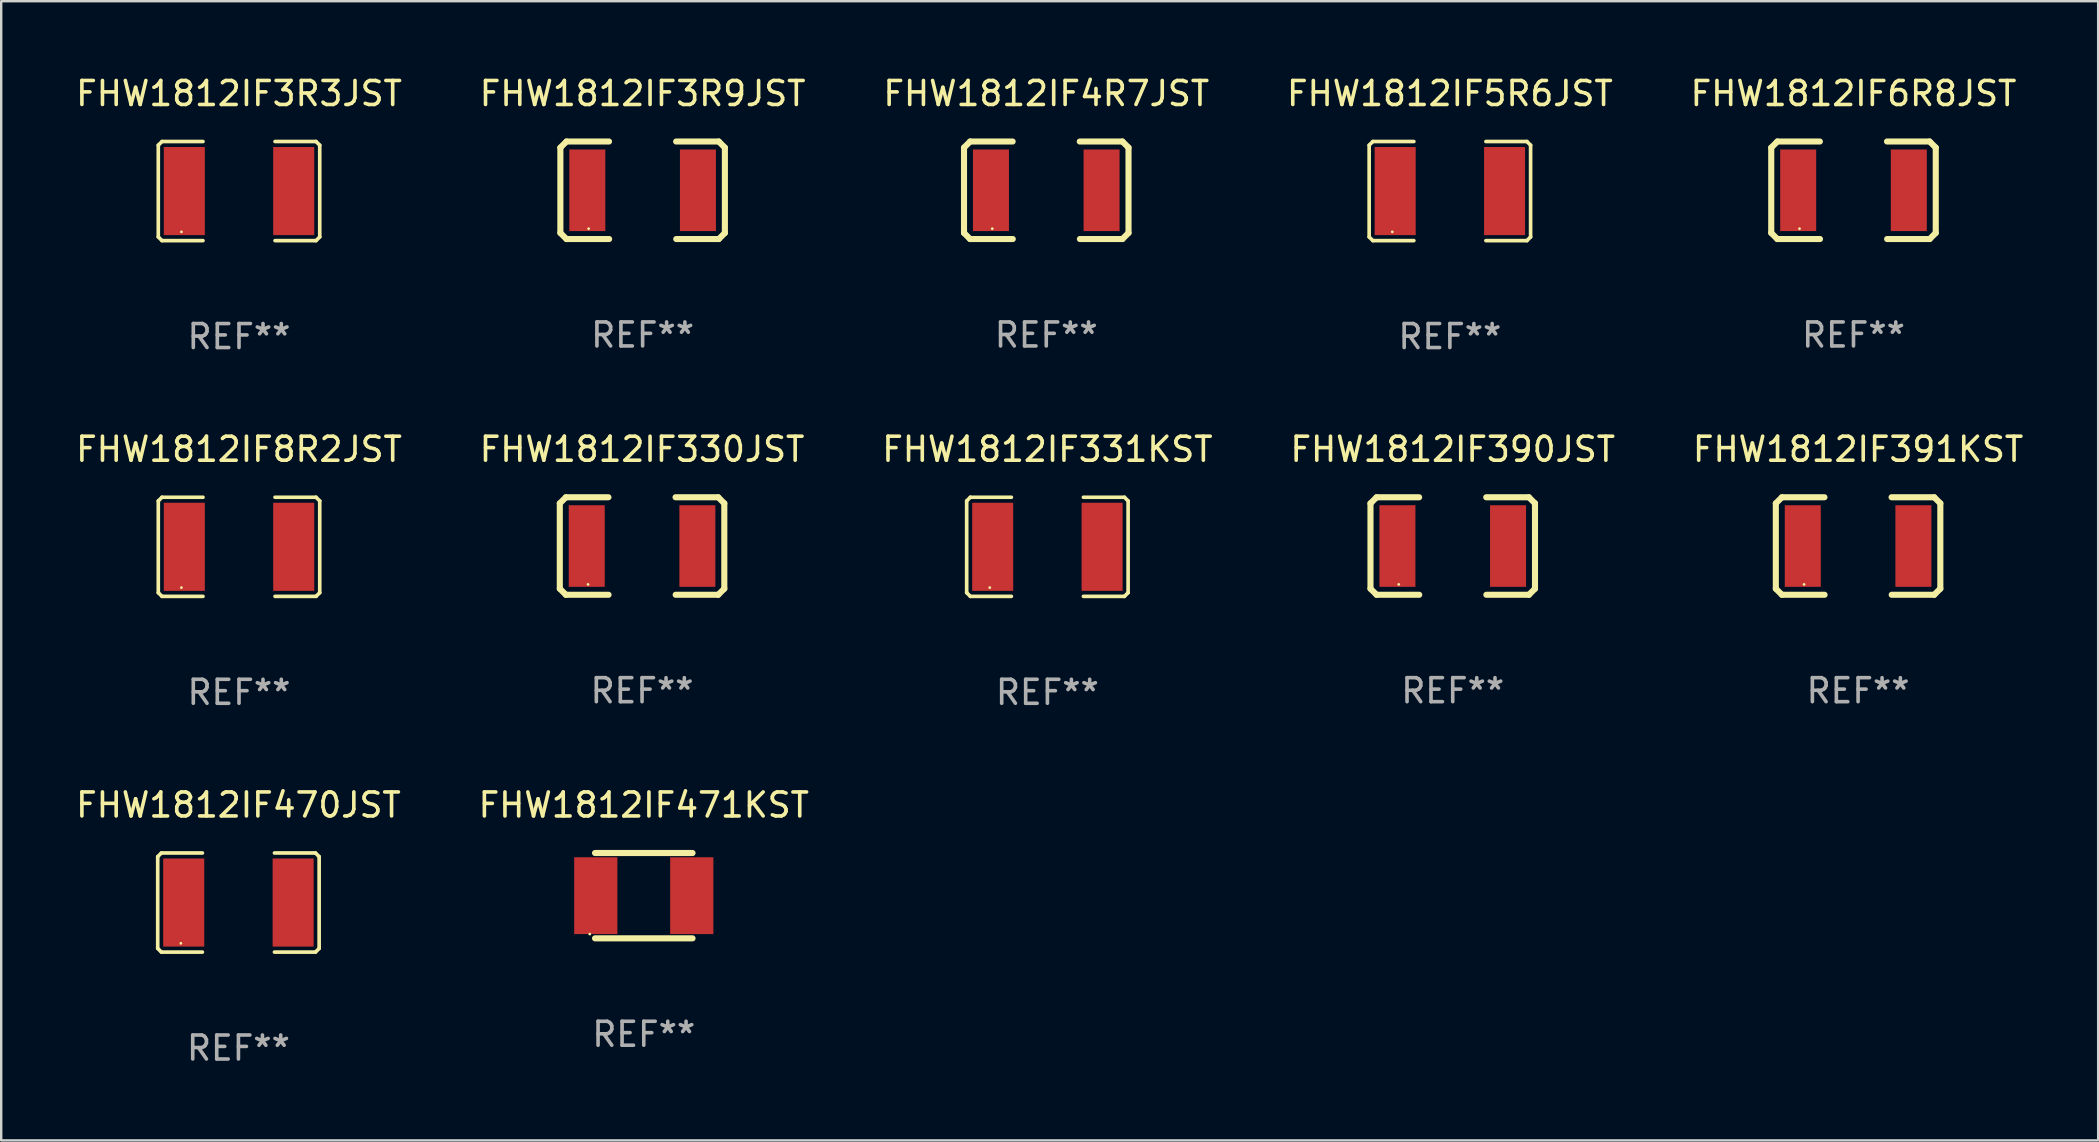
<source format=kicad_pcb>
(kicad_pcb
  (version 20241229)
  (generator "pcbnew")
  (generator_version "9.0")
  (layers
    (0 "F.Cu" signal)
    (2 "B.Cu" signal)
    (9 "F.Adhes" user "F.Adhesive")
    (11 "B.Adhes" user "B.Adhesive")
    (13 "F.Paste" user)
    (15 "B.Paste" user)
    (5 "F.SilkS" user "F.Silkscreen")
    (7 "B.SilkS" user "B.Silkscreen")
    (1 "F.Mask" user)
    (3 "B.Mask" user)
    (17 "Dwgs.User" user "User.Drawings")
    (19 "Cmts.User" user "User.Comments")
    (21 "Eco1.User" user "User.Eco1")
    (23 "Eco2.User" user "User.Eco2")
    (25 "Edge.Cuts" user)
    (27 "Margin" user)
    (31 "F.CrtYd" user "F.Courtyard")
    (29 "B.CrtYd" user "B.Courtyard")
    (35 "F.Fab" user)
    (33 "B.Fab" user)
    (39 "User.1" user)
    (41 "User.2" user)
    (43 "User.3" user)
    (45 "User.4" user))
  (footprint "FHW1812IF471KST"
    (layer "F.Cu")
    (at 23.78 34.278)
    (property "Reference" "FHW1812IF471KST" (at 0 -3.778 0) (layer "F.SilkS") (effects (font (size 1 1) (thickness 0.15))))
    (attr through_hole)
    (fp_line (start -2.032 -1.778) (end 2.032 -1.778) (stroke (width 0.254) (type solid)) (layer "F.SilkS"))
    (fp_line (start 2.032 1.778) (end -2.032 1.778) (stroke (width 0.254) (type solid)) (layer "F.SilkS"))
    (fp_circle (center -2.25 1.6) (end -2.22 1.6) (stroke (width 0.06) (type solid)) (fill no) (layer "F.SilkS"))
    (fp_text user "REF**" (at 0 5.778 0) (layer "F.Fab") (effects (font (size 1 1) (thickness 0.15))))
    (pad "1" smd rect (at -2 0) (size 1.8 3.2) (layers "F.Cu" "F.Mask" "F.Paste"))
    (pad "2" smd rect (at 2 0) (size 1.8 3.2) (layers "F.Cu" "F.Mask" "F.Paste")))
  (footprint "FHW1812IF3R9JST"
    (layer "F.Cu")
    (at 23.732 4.88)
    (property "Reference" "FHW1812IF3R9JST" (at 0 -4.032 0) (layer "F.SilkS") (effects (font (size 1 1) (thickness 0.15))))
    (attr through_hole)
    (fp_line (start -3.428 -1.778) (end -3.174 -2.032) (stroke (width 0.254) (type solid)) (layer "F.SilkS"))
    (fp_line (start -3.428 1.778) (end -3.428 -1.778) (stroke (width 0.254) (type solid)) (layer "F.SilkS"))
    (fp_line (start -3.174 -2.032) (end -1.401 -2.032) (stroke (width 0.254) (type solid)) (layer "F.SilkS"))
    (fp_line (start -3.174 2.032) (end -3.428 1.778) (stroke (width 0.254) (type solid)) (layer "F.SilkS"))
    (fp_line (start -1.396 2.032) (end -3.174 2.032) (stroke (width 0.254) (type solid)) (layer "F.SilkS"))
    (fp_line (start 1.396 -2.032) (end 3.174 -2.032) (stroke (width 0.254) (type solid)) (layer "F.SilkS"))
    (fp_line (start 3.174 -2.032) (end 3.428 -1.778) (stroke (width 0.254) (type solid)) (layer "F.SilkS"))
    (fp_line (start 3.174 2.032) (end 1.401 2.032) (stroke (width 0.254) (type solid)) (layer "F.SilkS"))
    (fp_line (start 3.428 -1.778) (end 3.428 1.778) (stroke (width 0.254) (type solid)) (layer "F.SilkS"))
    (fp_line (start 3.428 1.778) (end 3.174 2.032) (stroke (width 0.254) (type solid)) (layer "F.SilkS"))
    (fp_circle (center -2.25 1.6) (end -2.22 1.6) (stroke (width 0.06) (type solid)) (fill no) (layer "F.SilkS"))
    (fp_text user "REF**" (at 0 6.032 0) (layer "F.Fab") (effects (font (size 1 1) (thickness 0.15))))
    (pad "1" smd rect (at -2.305 0) (size 1.5 3.4) (layers "F.Cu" "F.Mask" "F.Paste"))
    (pad "2" smd rect (at 2.305 0) (size 1.5 3.4) (layers "F.Cu" "F.Mask" "F.Paste")))
  (footprint "FHW1812IF470JST"
    (layer "F.Cu")
    (at 6.887 34.564)
    (property "Reference" "FHW1812IF470JST" (at 0 -4.065 0) (layer "F.SilkS") (effects (font (size 1 1) (thickness 0.15))))
    (attr through_hole)
    (fp_line (start -3.364 -1.912) (end -3.364 1.912) (stroke (width 0.152) (type solid)) (layer "F.SilkS"))
    (fp_line (start -3.364 1.912) (end -3.211 2.065) (stroke (width 0.152) (type solid)) (layer "F.SilkS"))
    (fp_line (start -3.211 -2.065) (end -3.364 -1.912) (stroke (width 0.152) (type solid)) (layer "F.SilkS"))
    (fp_line (start -3.211 2.065) (end -1.501 2.065) (stroke (width 0.152) (type solid)) (layer "F.SilkS"))
    (fp_line (start -1.501 -2.065) (end -3.211 -2.065) (stroke (width 0.152) (type solid)) (layer "F.SilkS"))
    (fp_line (start 1.501 -2.065) (end 3.211 -2.065) (stroke (width 0.152) (type solid)) (layer "F.SilkS"))
    (fp_line (start 3.211 -2.065) (end 3.364 -1.912) (stroke (width 0.152) (type solid)) (layer "F.SilkS"))
    (fp_line (start 3.211 2.065) (end 1.501 2.065) (stroke (width 0.152) (type solid)) (layer "F.SilkS"))
    (fp_line (start 3.364 -1.912) (end 3.364 1.912) (stroke (width 0.152) (type solid)) (layer "F.SilkS"))
    (fp_line (start 3.364 1.912) (end 3.211 2.065) (stroke (width 0.152) (type solid)) (layer "F.SilkS"))
    (fp_circle (center -2.4 1.7) (end -2.37 1.7) (stroke (width 0.06) (type solid)) (fill no) (layer "F.SilkS"))
    (fp_text user "REF**" (at 0 6.065 0) (layer "F.Fab") (effects (font (size 1 1) (thickness 0.15))))
    (pad "1" smd rect (at -2.28 0) (size 1.71 3.672) (layers "F.Cu" "F.Mask" "F.Paste"))
    (pad "2" smd rect (at 2.28 0) (size 1.71 3.672) (layers "F.Cu" "F.Mask" "F.Paste")))
  (footprint "FHW1812IF390JST"
    (layer "F.Cu")
    (at 57.494 19.706)
    (property "Reference" "FHW1812IF390JST" (at 0 -4.032 0) (layer "F.SilkS") (effects (font (size 1 1) (thickness 0.15))))
    (attr through_hole)
    (fp_line (start -3.428 -1.778) (end -3.174 -2.032) (stroke (width 0.254) (type solid)) (layer "F.SilkS"))
    (fp_line (start -3.428 1.778) (end -3.428 -1.778) (stroke (width 0.254) (type solid)) (layer "F.SilkS"))
    (fp_line (start -3.174 -2.032) (end -1.401 -2.032) (stroke (width 0.254) (type solid)) (layer "F.SilkS"))
    (fp_line (start -3.174 2.032) (end -3.428 1.778) (stroke (width 0.254) (type solid)) (layer "F.SilkS"))
    (fp_line (start -1.396 2.032) (end -3.174 2.032) (stroke (width 0.254) (type solid)) (layer "F.SilkS"))
    (fp_line (start 1.396 -2.032) (end 3.174 -2.032) (stroke (width 0.254) (type solid)) (layer "F.SilkS"))
    (fp_line (start 3.174 -2.032) (end 3.428 -1.778) (stroke (width 0.254) (type solid)) (layer "F.SilkS"))
    (fp_line (start 3.174 2.032) (end 1.401 2.032) (stroke (width 0.254) (type solid)) (layer "F.SilkS"))
    (fp_line (start 3.428 -1.778) (end 3.428 1.778) (stroke (width 0.254) (type solid)) (layer "F.SilkS"))
    (fp_line (start 3.428 1.778) (end 3.174 2.032) (stroke (width 0.254) (type solid)) (layer "F.SilkS"))
    (fp_circle (center -2.25 1.6) (end -2.22 1.6) (stroke (width 0.06) (type solid)) (fill no) (layer "F.SilkS"))
    (fp_text user "REF**" (at 0 6.032 0) (layer "F.Fab") (effects (font (size 1 1) (thickness 0.15))))
    (pad "1" smd rect (at -2.305 0) (size 1.5 3.4) (layers "F.Cu" "F.Mask" "F.Paste"))
    (pad "2" smd rect (at 2.305 0) (size 1.5 3.4) (layers "F.Cu" "F.Mask" "F.Paste")))
  (footprint "FHW1812IF331KST"
    (layer "F.Cu")
    (at 40.601 19.739)
    (property "Reference" "FHW1812IF331KST" (at 0 -4.065 0) (layer "F.SilkS") (effects (font (size 1 1) (thickness 0.15))))
    (attr through_hole)
    (fp_line (start -3.364 -1.912) (end -3.364 1.912) (stroke (width 0.152) (type solid)) (layer "F.SilkS"))
    (fp_line (start -3.364 1.912) (end -3.211 2.065) (stroke (width 0.152) (type solid)) (layer "F.SilkS"))
    (fp_line (start -3.211 -2.065) (end -3.364 -1.912) (stroke (width 0.152) (type solid)) (layer "F.SilkS"))
    (fp_line (start -3.211 2.065) (end -1.501 2.065) (stroke (width 0.152) (type solid)) (layer "F.SilkS"))
    (fp_line (start -1.501 -2.065) (end -3.211 -2.065) (stroke (width 0.152) (type solid)) (layer "F.SilkS"))
    (fp_line (start 1.501 -2.065) (end 3.211 -2.065) (stroke (width 0.152) (type solid)) (layer "F.SilkS"))
    (fp_line (start 3.211 -2.065) (end 3.364 -1.912) (stroke (width 0.152) (type solid)) (layer "F.SilkS"))
    (fp_line (start 3.211 2.065) (end 1.501 2.065) (stroke (width 0.152) (type solid)) (layer "F.SilkS"))
    (fp_line (start 3.364 -1.912) (end 3.364 1.912) (stroke (width 0.152) (type solid)) (layer "F.SilkS"))
    (fp_line (start 3.364 1.912) (end 3.211 2.065) (stroke (width 0.152) (type solid)) (layer "F.SilkS"))
    (fp_circle (center -2.4 1.7) (end -2.37 1.7) (stroke (width 0.06) (type solid)) (fill no) (layer "F.SilkS"))
    (fp_text user "REF**" (at 0 6.065 0) (layer "F.Fab") (effects (font (size 1 1) (thickness 0.15))))
    (pad "1" smd rect (at -2.28 0) (size 1.71 3.672) (layers "F.Cu" "F.Mask" "F.Paste"))
    (pad "2" smd rect (at 2.28 0) (size 1.71 3.672) (layers "F.Cu" "F.Mask" "F.Paste")))
  (footprint "FHW1812IF5R6JST"
    (layer "F.Cu")
    (at 57.375 4.913)
    (property "Reference" "FHW1812IF5R6JST" (at 0 -4.065 0) (layer "F.SilkS") (effects (font (size 1 1) (thickness 0.15))))
    (attr through_hole)
    (fp_line (start -3.364 -1.912) (end -3.364 1.912) (stroke (width 0.152) (type solid)) (layer "F.SilkS"))
    (fp_line (start -3.364 1.912) (end -3.211 2.065) (stroke (width 0.152) (type solid)) (layer "F.SilkS"))
    (fp_line (start -3.211 -2.065) (end -3.364 -1.912) (stroke (width 0.152) (type solid)) (layer "F.SilkS"))
    (fp_line (start -3.211 2.065) (end -1.501 2.065) (stroke (width 0.152) (type solid)) (layer "F.SilkS"))
    (fp_line (start -1.501 -2.065) (end -3.211 -2.065) (stroke (width 0.152) (type solid)) (layer "F.SilkS"))
    (fp_line (start 1.501 -2.065) (end 3.211 -2.065) (stroke (width 0.152) (type solid)) (layer "F.SilkS"))
    (fp_line (start 3.211 -2.065) (end 3.364 -1.912) (stroke (width 0.152) (type solid)) (layer "F.SilkS"))
    (fp_line (start 3.211 2.065) (end 1.501 2.065) (stroke (width 0.152) (type solid)) (layer "F.SilkS"))
    (fp_line (start 3.364 -1.912) (end 3.364 1.912) (stroke (width 0.152) (type solid)) (layer "F.SilkS"))
    (fp_line (start 3.364 1.912) (end 3.211 2.065) (stroke (width 0.152) (type solid)) (layer "F.SilkS"))
    (fp_circle (center -2.4 1.7) (end -2.37 1.7) (stroke (width 0.06) (type solid)) (fill no) (layer "F.SilkS"))
    (fp_text user "REF**" (at 0 6.065 0) (layer "F.Fab") (effects (font (size 1 1) (thickness 0.15))))
    (pad "1" smd rect (at -2.28 0) (size 1.71 3.672) (layers "F.Cu" "F.Mask" "F.Paste"))
    (pad "2" smd rect (at 2.28 0) (size 1.71 3.672) (layers "F.Cu" "F.Mask" "F.Paste")))
  (footprint "FHW1812IF6R8JST"
    (layer "F.Cu")
    (at 74.196 4.88)
    (property "Reference" "FHW1812IF6R8JST" (at 0 -4.032 0) (layer "F.SilkS") (effects (font (size 1 1) (thickness 0.15))))
    (attr through_hole)
    (fp_line (start -3.428 -1.778) (end -3.174 -2.032) (stroke (width 0.254) (type solid)) (layer "F.SilkS"))
    (fp_line (start -3.428 1.778) (end -3.428 -1.778) (stroke (width 0.254) (type solid)) (layer "F.SilkS"))
    (fp_line (start -3.174 -2.032) (end -1.401 -2.032) (stroke (width 0.254) (type solid)) (layer "F.SilkS"))
    (fp_line (start -3.174 2.032) (end -3.428 1.778) (stroke (width 0.254) (type solid)) (layer "F.SilkS"))
    (fp_line (start -1.396 2.032) (end -3.174 2.032) (stroke (width 0.254) (type solid)) (layer "F.SilkS"))
    (fp_line (start 1.396 -2.032) (end 3.174 -2.032) (stroke (width 0.254) (type solid)) (layer "F.SilkS"))
    (fp_line (start 3.174 -2.032) (end 3.428 -1.778) (stroke (width 0.254) (type solid)) (layer "F.SilkS"))
    (fp_line (start 3.174 2.032) (end 1.401 2.032) (stroke (width 0.254) (type solid)) (layer "F.SilkS"))
    (fp_line (start 3.428 -1.778) (end 3.428 1.778) (stroke (width 0.254) (type solid)) (layer "F.SilkS"))
    (fp_line (start 3.428 1.778) (end 3.174 2.032) (stroke (width 0.254) (type solid)) (layer "F.SilkS"))
    (fp_circle (center -2.25 1.6) (end -2.22 1.6) (stroke (width 0.06) (type solid)) (fill no) (layer "F.SilkS"))
    (fp_text user "REF**" (at 0 6.032 0) (layer "F.Fab") (effects (font (size 1 1) (thickness 0.15))))
    (pad "1" smd rect (at -2.305 0) (size 1.5 3.4) (layers "F.Cu" "F.Mask" "F.Paste"))
    (pad "2" smd rect (at 2.305 0) (size 1.5 3.4) (layers "F.Cu" "F.Mask" "F.Paste")))
  (footprint "FHW1812IF3R3JST"
    (layer "F.Cu")
    (at 6.911 4.913)
    (property "Reference" "FHW1812IF3R3JST" (at 0 -4.065 0) (layer "F.SilkS") (effects (font (size 1 1) (thickness 0.15))))
    (attr through_hole)
    (fp_line (start -3.364 -1.912) (end -3.364 1.912) (stroke (width 0.152) (type solid)) (layer "F.SilkS"))
    (fp_line (start -3.364 1.912) (end -3.211 2.065) (stroke (width 0.152) (type solid)) (layer "F.SilkS"))
    (fp_line (start -3.211 -2.065) (end -3.364 -1.912) (stroke (width 0.152) (type solid)) (layer "F.SilkS"))
    (fp_line (start -3.211 2.065) (end -1.501 2.065) (stroke (width 0.152) (type solid)) (layer "F.SilkS"))
    (fp_line (start -1.501 -2.065) (end -3.211 -2.065) (stroke (width 0.152) (type solid)) (layer "F.SilkS"))
    (fp_line (start 1.501 -2.065) (end 3.211 -2.065) (stroke (width 0.152) (type solid)) (layer "F.SilkS"))
    (fp_line (start 3.211 -2.065) (end 3.364 -1.912) (stroke (width 0.152) (type solid)) (layer "F.SilkS"))
    (fp_line (start 3.211 2.065) (end 1.501 2.065) (stroke (width 0.152) (type solid)) (layer "F.SilkS"))
    (fp_line (start 3.364 -1.912) (end 3.364 1.912) (stroke (width 0.152) (type solid)) (layer "F.SilkS"))
    (fp_line (start 3.364 1.912) (end 3.211 2.065) (stroke (width 0.152) (type solid)) (layer "F.SilkS"))
    (fp_circle (center -2.4 1.7) (end -2.37 1.7) (stroke (width 0.06) (type solid)) (fill no) (layer "F.SilkS"))
    (fp_text user "REF**" (at 0 6.065 0) (layer "F.Fab") (effects (font (size 1 1) (thickness 0.15))))
    (pad "1" smd rect (at -2.28 0) (size 1.71 3.672) (layers "F.Cu" "F.Mask" "F.Paste"))
    (pad "2" smd rect (at 2.28 0) (size 1.71 3.672) (layers "F.Cu" "F.Mask" "F.Paste")))
  (footprint "FHW1812IF391KST"
    (layer "F.Cu")
    (at 74.387 19.706)
    (property "Reference" "FHW1812IF391KST" (at 0 -4.032 0) (layer "F.SilkS") (effects (font (size 1 1) (thickness 0.15))))
    (attr through_hole)
    (fp_line (start -3.428 -1.778) (end -3.174 -2.032) (stroke (width 0.254) (type solid)) (layer "F.SilkS"))
    (fp_line (start -3.428 1.778) (end -3.428 -1.778) (stroke (width 0.254) (type solid)) (layer "F.SilkS"))
    (fp_line (start -3.174 -2.032) (end -1.401 -2.032) (stroke (width 0.254) (type solid)) (layer "F.SilkS"))
    (fp_line (start -3.174 2.032) (end -3.428 1.778) (stroke (width 0.254) (type solid)) (layer "F.SilkS"))
    (fp_line (start -1.396 2.032) (end -3.174 2.032) (stroke (width 0.254) (type solid)) (layer "F.SilkS"))
    (fp_line (start 1.396 -2.032) (end 3.174 -2.032) (stroke (width 0.254) (type solid)) (layer "F.SilkS"))
    (fp_line (start 3.174 -2.032) (end 3.428 -1.778) (stroke (width 0.254) (type solid)) (layer "F.SilkS"))
    (fp_line (start 3.174 2.032) (end 1.401 2.032) (stroke (width 0.254) (type solid)) (layer "F.SilkS"))
    (fp_line (start 3.428 -1.778) (end 3.428 1.778) (stroke (width 0.254) (type solid)) (layer "F.SilkS"))
    (fp_line (start 3.428 1.778) (end 3.174 2.032) (stroke (width 0.254) (type solid)) (layer "F.SilkS"))
    (fp_circle (center -2.25 1.6) (end -2.22 1.6) (stroke (width 0.06) (type solid)) (fill no) (layer "F.SilkS"))
    (fp_text user "REF**" (at 0 6.032 0) (layer "F.Fab") (effects (font (size 1 1) (thickness 0.15))))
    (pad "1" smd rect (at -2.305 0) (size 1.5 3.4) (layers "F.Cu" "F.Mask" "F.Paste"))
    (pad "2" smd rect (at 2.305 0) (size 1.5 3.4) (layers "F.Cu" "F.Mask" "F.Paste")))
  (footprint "FHW1812IF4R7JST"
    (layer "F.Cu")
    (at 40.554 4.88)
    (property "Reference" "FHW1812IF4R7JST" (at 0 -4.032 0) (layer "F.SilkS") (effects (font (size 1 1) (thickness 0.15))))
    (attr through_hole)
    (fp_line (start -3.428 -1.778) (end -3.174 -2.032) (stroke (width 0.254) (type solid)) (layer "F.SilkS"))
    (fp_line (start -3.428 1.778) (end -3.428 -1.778) (stroke (width 0.254) (type solid)) (layer "F.SilkS"))
    (fp_line (start -3.174 -2.032) (end -1.401 -2.032) (stroke (width 0.254) (type solid)) (layer "F.SilkS"))
    (fp_line (start -3.174 2.032) (end -3.428 1.778) (stroke (width 0.254) (type solid)) (layer "F.SilkS"))
    (fp_line (start -1.396 2.032) (end -3.174 2.032) (stroke (width 0.254) (type solid)) (layer "F.SilkS"))
    (fp_line (start 1.396 -2.032) (end 3.174 -2.032) (stroke (width 0.254) (type solid)) (layer "F.SilkS"))
    (fp_line (start 3.174 -2.032) (end 3.428 -1.778) (stroke (width 0.254) (type solid)) (layer "F.SilkS"))
    (fp_line (start 3.174 2.032) (end 1.401 2.032) (stroke (width 0.254) (type solid)) (layer "F.SilkS"))
    (fp_line (start 3.428 -1.778) (end 3.428 1.778) (stroke (width 0.254) (type solid)) (layer "F.SilkS"))
    (fp_line (start 3.428 1.778) (end 3.174 2.032) (stroke (width 0.254) (type solid)) (layer "F.SilkS"))
    (fp_circle (center -2.25 1.6) (end -2.22 1.6) (stroke (width 0.06) (type solid)) (fill no) (layer "F.SilkS"))
    (fp_text user "REF**" (at 0 6.032 0) (layer "F.Fab") (effects (font (size 1 1) (thickness 0.15))))
    (pad "1" smd rect (at -2.305 0) (size 1.5 3.4) (layers "F.Cu" "F.Mask" "F.Paste"))
    (pad "2" smd rect (at 2.305 0) (size 1.5 3.4) (layers "F.Cu" "F.Mask" "F.Paste")))
  (footprint "FHW1812IF8R2JST"
    (layer "F.Cu")
    (at 6.911 19.739)
    (property "Reference" "FHW1812IF8R2JST" (at 0 -4.065 0) (layer "F.SilkS") (effects (font (size 1 1) (thickness 0.15))))
    (attr through_hole)
    (fp_line (start -3.364 -1.912) (end -3.364 1.912) (stroke (width 0.152) (type solid)) (layer "F.SilkS"))
    (fp_line (start -3.364 1.912) (end -3.211 2.065) (stroke (width 0.152) (type solid)) (layer "F.SilkS"))
    (fp_line (start -3.211 -2.065) (end -3.364 -1.912) (stroke (width 0.152) (type solid)) (layer "F.SilkS"))
    (fp_line (start -3.211 2.065) (end -1.501 2.065) (stroke (width 0.152) (type solid)) (layer "F.SilkS"))
    (fp_line (start -1.501 -2.065) (end -3.211 -2.065) (stroke (width 0.152) (type solid)) (layer "F.SilkS"))
    (fp_line (start 1.501 -2.065) (end 3.211 -2.065) (stroke (width 0.152) (type solid)) (layer "F.SilkS"))
    (fp_line (start 3.211 -2.065) (end 3.364 -1.912) (stroke (width 0.152) (type solid)) (layer "F.SilkS"))
    (fp_line (start 3.211 2.065) (end 1.501 2.065) (stroke (width 0.152) (type solid)) (layer "F.SilkS"))
    (fp_line (start 3.364 -1.912) (end 3.364 1.912) (stroke (width 0.152) (type solid)) (layer "F.SilkS"))
    (fp_line (start 3.364 1.912) (end 3.211 2.065) (stroke (width 0.152) (type solid)) (layer "F.SilkS"))
    (fp_circle (center -2.4 1.7) (end -2.37 1.7) (stroke (width 0.06) (type solid)) (fill no) (layer "F.SilkS"))
    (fp_text user "REF**" (at 0 6.065 0) (layer "F.Fab") (effects (font (size 1 1) (thickness 0.15))))
    (pad "1" smd rect (at -2.28 0) (size 1.71 3.672) (layers "F.Cu" "F.Mask" "F.Paste"))
    (pad "2" smd rect (at 2.28 0) (size 1.71 3.672) (layers "F.Cu" "F.Mask" "F.Paste")))
  (footprint "FHW1812IF330JST"
    (layer "F.Cu")
    (at 23.708 19.706)
    (property "Reference" "FHW1812IF330JST" (at 0 -4.032 0) (layer "F.SilkS") (effects (font (size 1 1) (thickness 0.15))))
    (attr through_hole)
    (fp_line (start -3.428 -1.778) (end -3.174 -2.032) (stroke (width 0.254) (type solid)) (layer "F.SilkS"))
    (fp_line (start -3.428 1.778) (end -3.428 -1.778) (stroke (width 0.254) (type solid)) (layer "F.SilkS"))
    (fp_line (start -3.174 -2.032) (end -1.401 -2.032) (stroke (width 0.254) (type solid)) (layer "F.SilkS"))
    (fp_line (start -3.174 2.032) (end -3.428 1.778) (stroke (width 0.254) (type solid)) (layer "F.SilkS"))
    (fp_line (start -1.396 2.032) (end -3.174 2.032) (stroke (width 0.254) (type solid)) (layer "F.SilkS"))
    (fp_line (start 1.396 -2.032) (end 3.174 -2.032) (stroke (width 0.254) (type solid)) (layer "F.SilkS"))
    (fp_line (start 3.174 -2.032) (end 3.428 -1.778) (stroke (width 0.254) (type solid)) (layer "F.SilkS"))
    (fp_line (start 3.174 2.032) (end 1.401 2.032) (stroke (width 0.254) (type solid)) (layer "F.SilkS"))
    (fp_line (start 3.428 -1.778) (end 3.428 1.778) (stroke (width 0.254) (type solid)) (layer "F.SilkS"))
    (fp_line (start 3.428 1.778) (end 3.174 2.032) (stroke (width 0.254) (type solid)) (layer "F.SilkS"))
    (fp_circle (center -2.25 1.6) (end -2.22 1.6) (stroke (width 0.06) (type solid)) (fill no) (layer "F.SilkS"))
    (fp_text user "REF**" (at 0 6.032 0) (layer "F.Fab") (effects (font (size 1 1) (thickness 0.15))))
    (pad "1" smd rect (at -2.305 0) (size 1.5 3.4) (layers "F.Cu" "F.Mask" "F.Paste"))
    (pad "2" smd rect (at 2.305 0) (size 1.5 3.4) (layers "F.Cu" "F.Mask" "F.Paste")))
  (gr_rect
    (start -3 -3)
    (end 84.393 44.477)
    (stroke (width 0.1) (type default))
    (fill no)
    (layer "Edge.Cuts")))
</source>
